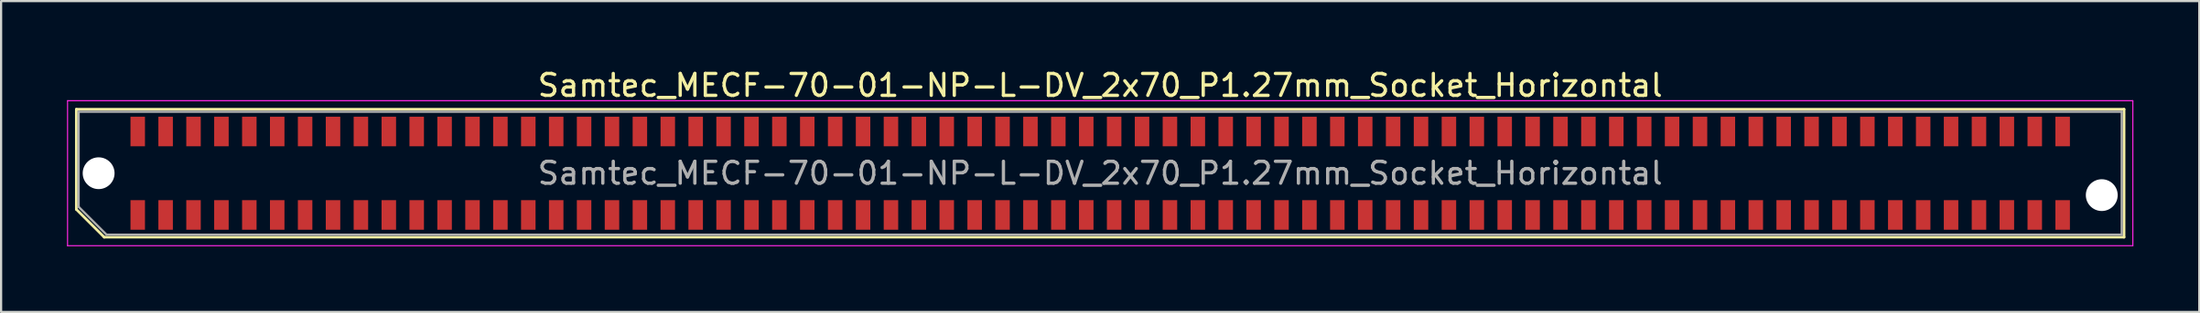
<source format=kicad_pcb>
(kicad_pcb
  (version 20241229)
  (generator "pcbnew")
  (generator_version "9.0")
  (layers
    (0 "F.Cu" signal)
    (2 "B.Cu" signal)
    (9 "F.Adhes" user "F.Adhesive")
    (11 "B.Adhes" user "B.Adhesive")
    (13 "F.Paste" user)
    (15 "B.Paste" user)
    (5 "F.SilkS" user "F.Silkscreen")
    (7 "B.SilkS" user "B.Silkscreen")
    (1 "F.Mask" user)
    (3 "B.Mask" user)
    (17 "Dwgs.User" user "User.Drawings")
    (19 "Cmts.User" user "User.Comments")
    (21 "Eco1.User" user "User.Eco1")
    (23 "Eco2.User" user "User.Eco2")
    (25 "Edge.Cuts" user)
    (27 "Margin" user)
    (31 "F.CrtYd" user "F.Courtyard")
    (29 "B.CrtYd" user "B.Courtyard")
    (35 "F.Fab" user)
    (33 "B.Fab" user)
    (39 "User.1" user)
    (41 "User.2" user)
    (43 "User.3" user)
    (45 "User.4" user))
  (footprint "Samtec_MECF-70-01-NP-L-DV_2x70_P1.27mm_Socket_Horizontal"
    (layer "F.Cu")
    (at 47.035 4.858)
    (property "Reference" "Samtec_MECF-70-01-NP-L-DV_2x70_P1.27mm_Socket_Horizontal" (at 0 -4.01 0) (layer "F.SilkS") (effects (font (size 1 1) (thickness 0.15))))
    (attr smd)
    (fp_line (start -46.61 -2.92) (end 46.61 -2.92) (stroke (width 0.12) (type solid)) (layer "F.SilkS"))
    (fp_line (start -46.61 1.65) (end -46.61 -2.92) (stroke (width 0.12) (type solid)) (layer "F.SilkS"))
    (fp_line (start -45.34 2.92) (end -46.61 1.65) (stroke (width 0.12) (type solid)) (layer "F.SilkS"))
    (fp_line (start -45.34 2.92) (end 46.61 2.92) (stroke (width 0.12) (type solid)) (layer "F.SilkS"))
    (fp_line (start 46.61 2.92) (end 46.61 -2.92) (stroke (width 0.12) (type solid)) (layer "F.SilkS"))
    (fp_line (start -47.01 -3.31) (end -47.01 3.31) (stroke (width 0.05) (type solid)) (layer "F.CrtYd"))
    (fp_line (start -47.01 3.31) (end 47.01 3.31) (stroke (width 0.05) (type solid)) (layer "F.CrtYd"))
    (fp_line (start 47.01 -3.31) (end -47.01 -3.31) (stroke (width 0.05) (type solid)) (layer "F.CrtYd"))
    (fp_line (start 47.01 3.31) (end 47.01 -3.31) (stroke (width 0.05) (type solid)) (layer "F.CrtYd"))
    (fp_line (start -46.505 -2.805) (end 46.505 -2.805) (stroke (width 0.1) (type solid)) (layer "F.Fab"))
    (fp_line (start -46.505 1.535) (end -46.505 -2.805) (stroke (width 0.1) (type solid)) (layer "F.Fab"))
    (fp_line (start -46.505 1.535) (end -45.235 2.805) (stroke (width 0.1) (type solid)) (layer "F.Fab"))
    (fp_line (start -45.235 2.805) (end 46.505 2.805) (stroke (width 0.1) (type solid)) (layer "F.Fab"))
    (fp_line (start 46.505 2.805) (end 46.505 -2.805) (stroke (width 0.1) (type solid)) (layer "F.Fab"))
    (fp_text user "${REFERENCE}" (at 0 0 0) (layer "F.Fab") (effects (font (size 1 1) (thickness 0.15))))
    (pad "" np_thru_hole circle (at -45.595 0) (size 1.45 1.45) (drill 1.45) (layers "*.Cu" "*.Mask"))
    (pad "" np_thru_hole circle (at 45.595 1) (size 1.45 1.45) (drill 1.45) (layers "*.Cu" "*.Mask"))
    (pad "1" smd rect (at -43.815 1.905) (size 0.66 1.35) (layers "F.Cu" "F.Mask" "F.Paste"))
    (pad "2" smd rect (at -43.815 -1.905) (size 0.66 1.35) (layers "F.Cu" "F.Mask" "F.Paste"))
    (pad "3" smd rect (at -42.545 1.905) (size 0.66 1.35) (layers "F.Cu" "F.Mask" "F.Paste"))
    (pad "4" smd rect (at -42.545 -1.905) (size 0.66 1.35) (layers "F.Cu" "F.Mask" "F.Paste"))
    (pad "5" smd rect (at -41.275 1.905) (size 0.66 1.35) (layers "F.Cu" "F.Mask" "F.Paste"))
    (pad "6" smd rect (at -41.275 -1.905) (size 0.66 1.35) (layers "F.Cu" "F.Mask" "F.Paste"))
    (pad "7" smd rect (at -40.005 1.905) (size 0.66 1.35) (layers "F.Cu" "F.Mask" "F.Paste"))
    (pad "8" smd rect (at -40.005 -1.905) (size 0.66 1.35) (layers "F.Cu" "F.Mask" "F.Paste"))
    (pad "9" smd rect (at -38.735 1.905) (size 0.66 1.35) (layers "F.Cu" "F.Mask" "F.Paste"))
    (pad "10" smd rect (at -38.735 -1.905) (size 0.66 1.35) (layers "F.Cu" "F.Mask" "F.Paste"))
    (pad "11" smd rect (at -37.465 1.905) (size 0.66 1.35) (layers "F.Cu" "F.Mask" "F.Paste"))
    (pad "12" smd rect (at -37.465 -1.905) (size 0.66 1.35) (layers "F.Cu" "F.Mask" "F.Paste"))
    (pad "13" smd rect (at -36.195 1.905) (size 0.66 1.35) (layers "F.Cu" "F.Mask" "F.Paste"))
    (pad "14" smd rect (at -36.195 -1.905) (size 0.66 1.35) (layers "F.Cu" "F.Mask" "F.Paste"))
    (pad "15" smd rect (at -34.925 1.905) (size 0.66 1.35) (layers "F.Cu" "F.Mask" "F.Paste"))
    (pad "16" smd rect (at -34.925 -1.905) (size 0.66 1.35) (layers "F.Cu" "F.Mask" "F.Paste"))
    (pad "17" smd rect (at -33.655 1.905) (size 0.66 1.35) (layers "F.Cu" "F.Mask" "F.Paste"))
    (pad "18" smd rect (at -33.655 -1.905) (size 0.66 1.35) (layers "F.Cu" "F.Mask" "F.Paste"))
    (pad "19" smd rect (at -32.385 1.905) (size 0.66 1.35) (layers "F.Cu" "F.Mask" "F.Paste"))
    (pad "20" smd rect (at -32.385 -1.905) (size 0.66 1.35) (layers "F.Cu" "F.Mask" "F.Paste"))
    (pad "21" smd rect (at -31.115 1.905) (size 0.66 1.35) (layers "F.Cu" "F.Mask" "F.Paste"))
    (pad "22" smd rect (at -31.115 -1.905) (size 0.66 1.35) (layers "F.Cu" "F.Mask" "F.Paste"))
    (pad "23" smd rect (at -29.845 1.905) (size 0.66 1.35) (layers "F.Cu" "F.Mask" "F.Paste"))
    (pad "24" smd rect (at -29.845 -1.905) (size 0.66 1.35) (layers "F.Cu" "F.Mask" "F.Paste"))
    (pad "25" smd rect (at -28.575 1.905) (size 0.66 1.35) (layers "F.Cu" "F.Mask" "F.Paste"))
    (pad "26" smd rect (at -28.575 -1.905) (size 0.66 1.35) (layers "F.Cu" "F.Mask" "F.Paste"))
    (pad "27" smd rect (at -27.305 1.905) (size 0.66 1.35) (layers "F.Cu" "F.Mask" "F.Paste"))
    (pad "28" smd rect (at -27.305 -1.905) (size 0.66 1.35) (layers "F.Cu" "F.Mask" "F.Paste"))
    (pad "29" smd rect (at -26.035 1.905) (size 0.66 1.35) (layers "F.Cu" "F.Mask" "F.Paste"))
    (pad "30" smd rect (at -26.035 -1.905) (size 0.66 1.35) (layers "F.Cu" "F.Mask" "F.Paste"))
    (pad "31" smd rect (at -24.765 1.905) (size 0.66 1.35) (layers "F.Cu" "F.Mask" "F.Paste"))
    (pad "32" smd rect (at -24.765 -1.905) (size 0.66 1.35) (layers "F.Cu" "F.Mask" "F.Paste"))
    (pad "33" smd rect (at -23.495 1.905) (size 0.66 1.35) (layers "F.Cu" "F.Mask" "F.Paste"))
    (pad "34" smd rect (at -23.495 -1.905) (size 0.66 1.35) (layers "F.Cu" "F.Mask" "F.Paste"))
    (pad "35" smd rect (at -22.225 1.905) (size 0.66 1.35) (layers "F.Cu" "F.Mask" "F.Paste"))
    (pad "36" smd rect (at -22.225 -1.905) (size 0.66 1.35) (layers "F.Cu" "F.Mask" "F.Paste"))
    (pad "37" smd rect (at -20.955 1.905) (size 0.66 1.35) (layers "F.Cu" "F.Mask" "F.Paste"))
    (pad "38" smd rect (at -20.955 -1.905) (size 0.66 1.35) (layers "F.Cu" "F.Mask" "F.Paste"))
    (pad "39" smd rect (at -19.685 1.905) (size 0.66 1.35) (layers "F.Cu" "F.Mask" "F.Paste"))
    (pad "40" smd rect (at -19.685 -1.905) (size 0.66 1.35) (layers "F.Cu" "F.Mask" "F.Paste"))
    (pad "41" smd rect (at -18.415 1.905) (size 0.66 1.35) (layers "F.Cu" "F.Mask" "F.Paste"))
    (pad "42" smd rect (at -18.415 -1.905) (size 0.66 1.35) (layers "F.Cu" "F.Mask" "F.Paste"))
    (pad "43" smd rect (at -17.145 1.905) (size 0.66 1.35) (layers "F.Cu" "F.Mask" "F.Paste"))
    (pad "44" smd rect (at -17.145 -1.905) (size 0.66 1.35) (layers "F.Cu" "F.Mask" "F.Paste"))
    (pad "45" smd rect (at -15.875 1.905) (size 0.66 1.35) (layers "F.Cu" "F.Mask" "F.Paste"))
    (pad "46" smd rect (at -15.875 -1.905) (size 0.66 1.35) (layers "F.Cu" "F.Mask" "F.Paste"))
    (pad "47" smd rect (at -14.605 1.905) (size 0.66 1.35) (layers "F.Cu" "F.Mask" "F.Paste"))
    (pad "48" smd rect (at -14.605 -1.905) (size 0.66 1.35) (layers "F.Cu" "F.Mask" "F.Paste"))
    (pad "49" smd rect (at -13.335 1.905) (size 0.66 1.35) (layers "F.Cu" "F.Mask" "F.Paste"))
    (pad "50" smd rect (at -13.335 -1.905) (size 0.66 1.35) (layers "F.Cu" "F.Mask" "F.Paste"))
    (pad "51" smd rect (at -12.065 1.905) (size 0.66 1.35) (layers "F.Cu" "F.Mask" "F.Paste"))
    (pad "52" smd rect (at -12.065 -1.905) (size 0.66 1.35) (layers "F.Cu" "F.Mask" "F.Paste"))
    (pad "53" smd rect (at -10.795 1.905) (size 0.66 1.35) (layers "F.Cu" "F.Mask" "F.Paste"))
    (pad "54" smd rect (at -10.795 -1.905) (size 0.66 1.35) (layers "F.Cu" "F.Mask" "F.Paste"))
    (pad "55" smd rect (at -9.525 1.905) (size 0.66 1.35) (layers "F.Cu" "F.Mask" "F.Paste"))
    (pad "56" smd rect (at -9.525 -1.905) (size 0.66 1.35) (layers "F.Cu" "F.Mask" "F.Paste"))
    (pad "57" smd rect (at -8.255 1.905) (size 0.66 1.35) (layers "F.Cu" "F.Mask" "F.Paste"))
    (pad "58" smd rect (at -8.255 -1.905) (size 0.66 1.35) (layers "F.Cu" "F.Mask" "F.Paste"))
    (pad "59" smd rect (at -6.985 1.905) (size 0.66 1.35) (layers "F.Cu" "F.Mask" "F.Paste"))
    (pad "60" smd rect (at -6.985 -1.905) (size 0.66 1.35) (layers "F.Cu" "F.Mask" "F.Paste"))
    (pad "61" smd rect (at -5.715 1.905) (size 0.66 1.35) (layers "F.Cu" "F.Mask" "F.Paste"))
    (pad "62" smd rect (at -5.715 -1.905) (size 0.66 1.35) (layers "F.Cu" "F.Mask" "F.Paste"))
    (pad "63" smd rect (at -4.445 1.905) (size 0.66 1.35) (layers "F.Cu" "F.Mask" "F.Paste"))
    (pad "64" smd rect (at -4.445 -1.905) (size 0.66 1.35) (layers "F.Cu" "F.Mask" "F.Paste"))
    (pad "65" smd rect (at -3.175 1.905) (size 0.66 1.35) (layers "F.Cu" "F.Mask" "F.Paste"))
    (pad "66" smd rect (at -3.175 -1.905) (size 0.66 1.35) (layers "F.Cu" "F.Mask" "F.Paste"))
    (pad "67" smd rect (at -1.905 1.905) (size 0.66 1.35) (layers "F.Cu" "F.Mask" "F.Paste"))
    (pad "68" smd rect (at -1.905 -1.905) (size 0.66 1.35) (layers "F.Cu" "F.Mask" "F.Paste"))
    (pad "69" smd rect (at -0.635 1.905) (size 0.66 1.35) (layers "F.Cu" "F.Mask" "F.Paste"))
    (pad "70" smd rect (at -0.635 -1.905) (size 0.66 1.35) (layers "F.Cu" "F.Mask" "F.Paste"))
    (pad "71" smd rect (at 0.635 1.905) (size 0.66 1.35) (layers "F.Cu" "F.Mask" "F.Paste"))
    (pad "72" smd rect (at 0.635 -1.905) (size 0.66 1.35) (layers "F.Cu" "F.Mask" "F.Paste"))
    (pad "73" smd rect (at 1.905 1.905) (size 0.66 1.35) (layers "F.Cu" "F.Mask" "F.Paste"))
    (pad "74" smd rect (at 1.905 -1.905) (size 0.66 1.35) (layers "F.Cu" "F.Mask" "F.Paste"))
    (pad "75" smd rect (at 3.175 1.905) (size 0.66 1.35) (layers "F.Cu" "F.Mask" "F.Paste"))
    (pad "76" smd rect (at 3.175 -1.905) (size 0.66 1.35) (layers "F.Cu" "F.Mask" "F.Paste"))
    (pad "77" smd rect (at 4.445 1.905) (size 0.66 1.35) (layers "F.Cu" "F.Mask" "F.Paste"))
    (pad "78" smd rect (at 4.445 -1.905) (size 0.66 1.35) (layers "F.Cu" "F.Mask" "F.Paste"))
    (pad "79" smd rect (at 5.715 1.905) (size 0.66 1.35) (layers "F.Cu" "F.Mask" "F.Paste"))
    (pad "80" smd rect (at 5.715 -1.905) (size 0.66 1.35) (layers "F.Cu" "F.Mask" "F.Paste"))
    (pad "81" smd rect (at 6.985 1.905) (size 0.66 1.35) (layers "F.Cu" "F.Mask" "F.Paste"))
    (pad "82" smd rect (at 6.985 -1.905) (size 0.66 1.35) (layers "F.Cu" "F.Mask" "F.Paste"))
    (pad "83" smd rect (at 8.255 1.905) (size 0.66 1.35) (layers "F.Cu" "F.Mask" "F.Paste"))
    (pad "84" smd rect (at 8.255 -1.905) (size 0.66 1.35) (layers "F.Cu" "F.Mask" "F.Paste"))
    (pad "85" smd rect (at 9.525 1.905) (size 0.66 1.35) (layers "F.Cu" "F.Mask" "F.Paste"))
    (pad "86" smd rect (at 9.525 -1.905) (size 0.66 1.35) (layers "F.Cu" "F.Mask" "F.Paste"))
    (pad "87" smd rect (at 10.795 1.905) (size 0.66 1.35) (layers "F.Cu" "F.Mask" "F.Paste"))
    (pad "88" smd rect (at 10.795 -1.905) (size 0.66 1.35) (layers "F.Cu" "F.Mask" "F.Paste"))
    (pad "89" smd rect (at 12.065 1.905) (size 0.66 1.35) (layers "F.Cu" "F.Mask" "F.Paste"))
    (pad "90" smd rect (at 12.065 -1.905) (size 0.66 1.35) (layers "F.Cu" "F.Mask" "F.Paste"))
    (pad "91" smd rect (at 13.335 1.905) (size 0.66 1.35) (layers "F.Cu" "F.Mask" "F.Paste"))
    (pad "92" smd rect (at 13.335 -1.905) (size 0.66 1.35) (layers "F.Cu" "F.Mask" "F.Paste"))
    (pad "93" smd rect (at 14.605 1.905) (size 0.66 1.35) (layers "F.Cu" "F.Mask" "F.Paste"))
    (pad "94" smd rect (at 14.605 -1.905) (size 0.66 1.35) (layers "F.Cu" "F.Mask" "F.Paste"))
    (pad "95" smd rect (at 15.875 1.905) (size 0.66 1.35) (layers "F.Cu" "F.Mask" "F.Paste"))
    (pad "96" smd rect (at 15.875 -1.905) (size 0.66 1.35) (layers "F.Cu" "F.Mask" "F.Paste"))
    (pad "97" smd rect (at 17.145 1.905) (size 0.66 1.35) (layers "F.Cu" "F.Mask" "F.Paste"))
    (pad "98" smd rect (at 17.145 -1.905) (size 0.66 1.35) (layers "F.Cu" "F.Mask" "F.Paste"))
    (pad "99" smd rect (at 18.415 1.905) (size 0.66 1.35) (layers "F.Cu" "F.Mask" "F.Paste"))
    (pad "100" smd rect (at 18.415 -1.905) (size 0.66 1.35) (layers "F.Cu" "F.Mask" "F.Paste"))
    (pad "101" smd rect (at 19.685 1.905) (size 0.66 1.35) (layers "F.Cu" "F.Mask" "F.Paste"))
    (pad "102" smd rect (at 19.685 -1.905) (size 0.66 1.35) (layers "F.Cu" "F.Mask" "F.Paste"))
    (pad "103" smd rect (at 20.955 1.905) (size 0.66 1.35) (layers "F.Cu" "F.Mask" "F.Paste"))
    (pad "104" smd rect (at 20.955 -1.905) (size 0.66 1.35) (layers "F.Cu" "F.Mask" "F.Paste"))
    (pad "105" smd rect (at 22.225 1.905) (size 0.66 1.35) (layers "F.Cu" "F.Mask" "F.Paste"))
    (pad "106" smd rect (at 22.225 -1.905) (size 0.66 1.35) (layers "F.Cu" "F.Mask" "F.Paste"))
    (pad "107" smd rect (at 23.495 1.905) (size 0.66 1.35) (layers "F.Cu" "F.Mask" "F.Paste"))
    (pad "108" smd rect (at 23.495 -1.905) (size 0.66 1.35) (layers "F.Cu" "F.Mask" "F.Paste"))
    (pad "109" smd rect (at 24.765 1.905) (size 0.66 1.35) (layers "F.Cu" "F.Mask" "F.Paste"))
    (pad "110" smd rect (at 24.765 -1.905) (size 0.66 1.35) (layers "F.Cu" "F.Mask" "F.Paste"))
    (pad "111" smd rect (at 26.035 1.905) (size 0.66 1.35) (layers "F.Cu" "F.Mask" "F.Paste"))
    (pad "112" smd rect (at 26.035 -1.905) (size 0.66 1.35) (layers "F.Cu" "F.Mask" "F.Paste"))
    (pad "113" smd rect (at 27.305 1.905) (size 0.66 1.35) (layers "F.Cu" "F.Mask" "F.Paste"))
    (pad "114" smd rect (at 27.305 -1.905) (size 0.66 1.35) (layers "F.Cu" "F.Mask" "F.Paste"))
    (pad "115" smd rect (at 28.575 1.905) (size 0.66 1.35) (layers "F.Cu" "F.Mask" "F.Paste"))
    (pad "116" smd rect (at 28.575 -1.905) (size 0.66 1.35) (layers "F.Cu" "F.Mask" "F.Paste"))
    (pad "117" smd rect (at 29.845 1.905) (size 0.66 1.35) (layers "F.Cu" "F.Mask" "F.Paste"))
    (pad "118" smd rect (at 29.845 -1.905) (size 0.66 1.35) (layers "F.Cu" "F.Mask" "F.Paste"))
    (pad "119" smd rect (at 31.115 1.905) (size 0.66 1.35) (layers "F.Cu" "F.Mask" "F.Paste"))
    (pad "120" smd rect (at 31.115 -1.905) (size 0.66 1.35) (layers "F.Cu" "F.Mask" "F.Paste"))
    (pad "121" smd rect (at 32.385 1.905) (size 0.66 1.35) (layers "F.Cu" "F.Mask" "F.Paste"))
    (pad "122" smd rect (at 32.385 -1.905) (size 0.66 1.35) (layers "F.Cu" "F.Mask" "F.Paste"))
    (pad "123" smd rect (at 33.655 1.905) (size 0.66 1.35) (layers "F.Cu" "F.Mask" "F.Paste"))
    (pad "124" smd rect (at 33.655 -1.905) (size 0.66 1.35) (layers "F.Cu" "F.Mask" "F.Paste"))
    (pad "125" smd rect (at 34.925 1.905) (size 0.66 1.35) (layers "F.Cu" "F.Mask" "F.Paste"))
    (pad "126" smd rect (at 34.925 -1.905) (size 0.66 1.35) (layers "F.Cu" "F.Mask" "F.Paste"))
    (pad "127" smd rect (at 36.195 1.905) (size 0.66 1.35) (layers "F.Cu" "F.Mask" "F.Paste"))
    (pad "128" smd rect (at 36.195 -1.905) (size 0.66 1.35) (layers "F.Cu" "F.Mask" "F.Paste"))
    (pad "129" smd rect (at 37.465 1.905) (size 0.66 1.35) (layers "F.Cu" "F.Mask" "F.Paste"))
    (pad "130" smd rect (at 37.465 -1.905) (size 0.66 1.35) (layers "F.Cu" "F.Mask" "F.Paste"))
    (pad "131" smd rect (at 38.735 1.905) (size 0.66 1.35) (layers "F.Cu" "F.Mask" "F.Paste"))
    (pad "132" smd rect (at 38.735 -1.905) (size 0.66 1.35) (layers "F.Cu" "F.Mask" "F.Paste"))
    (pad "133" smd rect (at 40.005 1.905) (size 0.66 1.35) (layers "F.Cu" "F.Mask" "F.Paste"))
    (pad "134" smd rect (at 40.005 -1.905) (size 0.66 1.35) (layers "F.Cu" "F.Mask" "F.Paste"))
    (pad "135" smd rect (at 41.275 1.905) (size 0.66 1.35) (layers "F.Cu" "F.Mask" "F.Paste"))
    (pad "136" smd rect (at 41.275 -1.905) (size 0.66 1.35) (layers "F.Cu" "F.Mask" "F.Paste"))
    (pad "137" smd rect (at 42.545 1.905) (size 0.66 1.35) (layers "F.Cu" "F.Mask" "F.Paste"))
    (pad "138" smd rect (at 42.545 -1.905) (size 0.66 1.35) (layers "F.Cu" "F.Mask" "F.Paste"))
    (pad "139" smd rect (at 43.815 1.905) (size 0.66 1.35) (layers "F.Cu" "F.Mask" "F.Paste"))
    (pad "140" smd rect (at 43.815 -1.905) (size 0.66 1.35) (layers "F.Cu" "F.Mask" "F.Paste")))
  (gr_rect
    (start -3 -3)
    (end 97.07 11.193)
    (stroke (width 0.1) (type default))
    (fill no)
    (layer "Edge.Cuts")))
</source>
